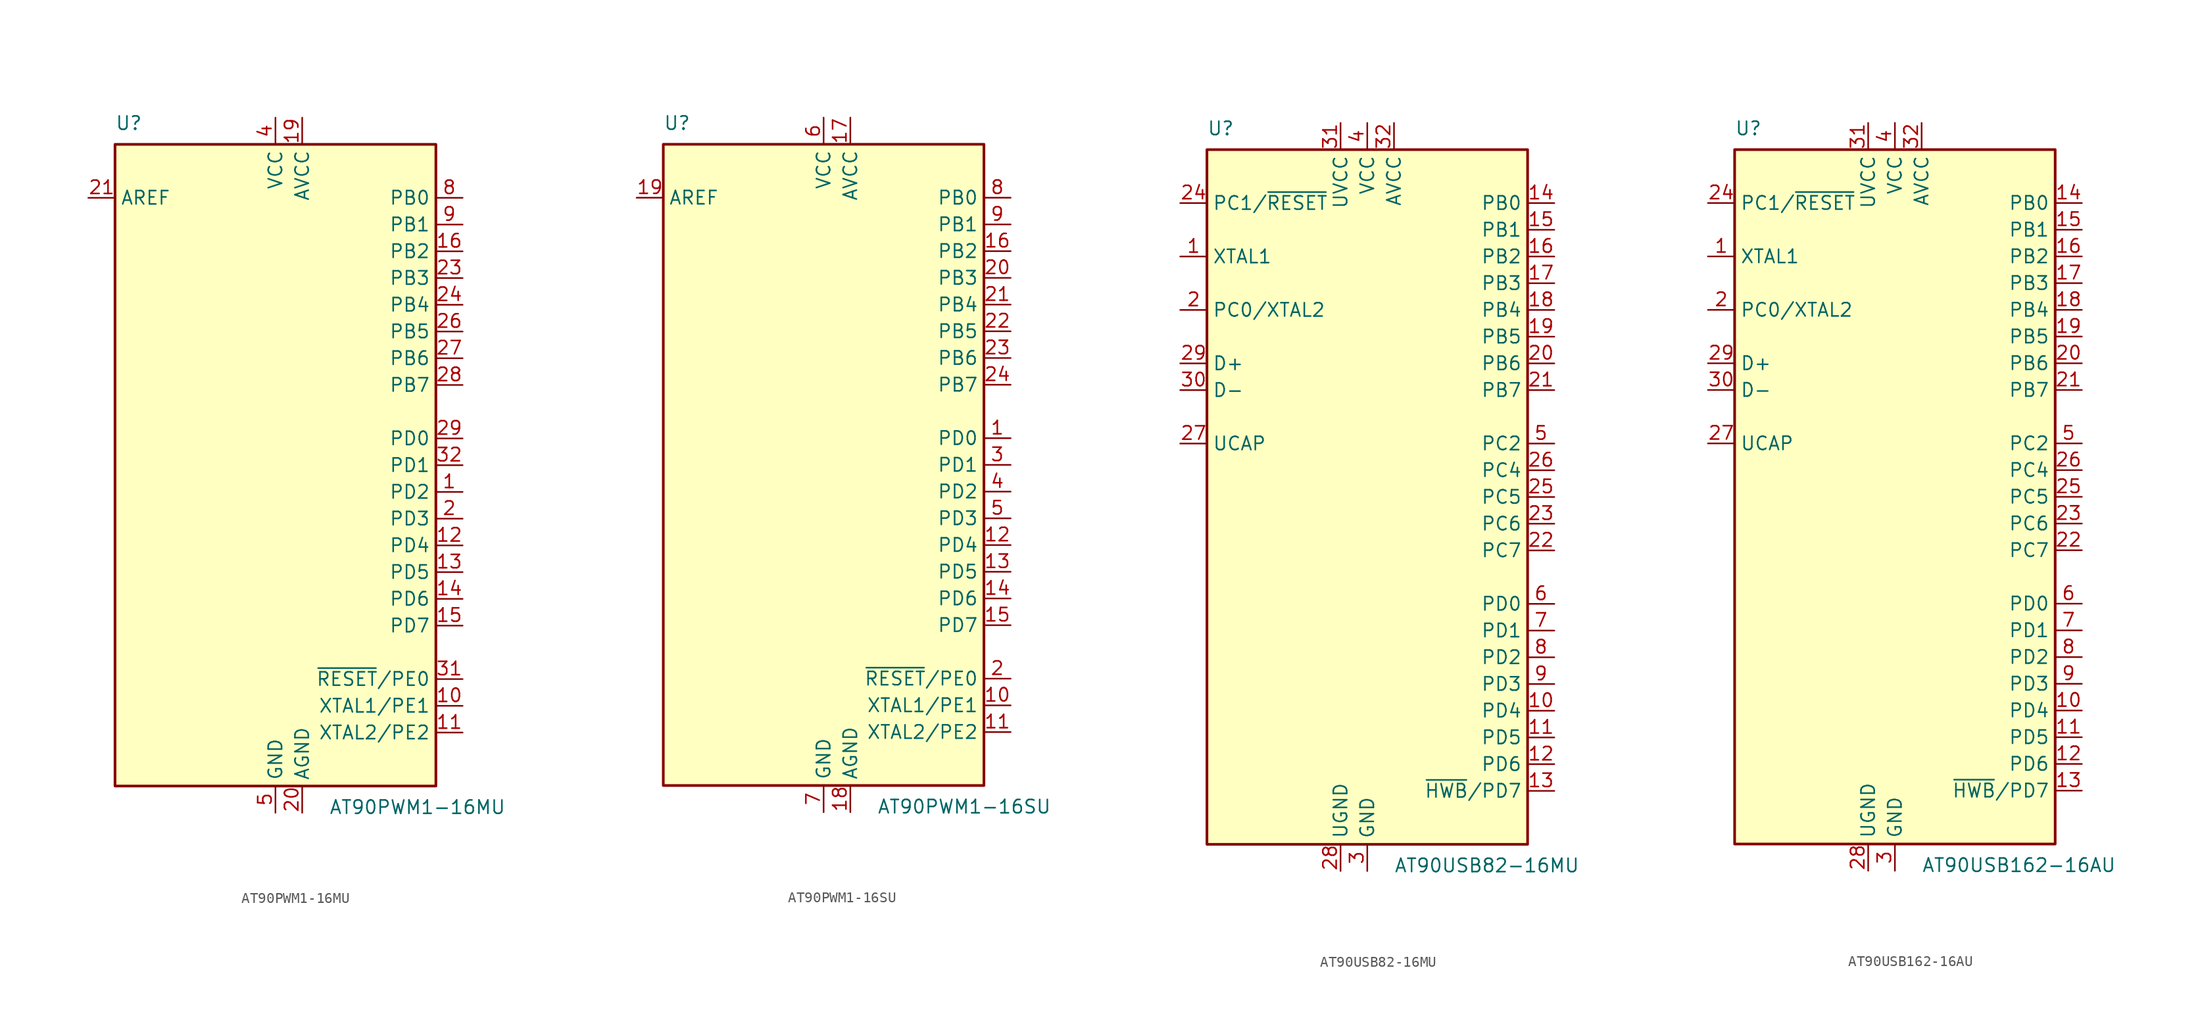
<source format=kicad_sym>
(kicad_symbol_lib
  (version 20201005)
  (generator kicad_symbol_editor)
  (symbol "AT90PWM1-16MU"
    (property "Reference" "U"
      (at -15.24 31.75 0)
      (effects (font (size 1.27 1.27)) (justify left bottom)))
    (property "Value" "AT90PWM1-16MU"
      (at 5.08 -31.75 0)
      (effects (font (size 1.27 1.27)) (justify left top)))
    (symbol "AT90PWM1-16MU_0_1"
      (rectangle (start -15.24 -30.48) (end 15.24 30.48) (stroke (width 0.254)) (fill (type background))))
    (symbol "AT90PWM1-16MU_1_1"
      (pin tri_state line (at 17.78 -2.54 180) (length 2.54) (name "PD2" (effects (font (size 1.27 1.27)))) (number "1" (effects (font (size 1.27 1.27)))))
      (pin tri_state line (at 17.78 -22.86 180) (length 2.54) (name "XTAL1/PE1" (effects (font (size 1.27 1.27)))) (number "10" (effects (font (size 1.27 1.27)))))
      (pin tri_state line (at 17.78 -25.4 180) (length 2.54) (name "XTAL2/PE2" (effects (font (size 1.27 1.27)))) (number "11" (effects (font (size 1.27 1.27)))))
      (pin tri_state line (at 17.78 -7.62 180) (length 2.54) (name "PD4" (effects (font (size 1.27 1.27)))) (number "12" (effects (font (size 1.27 1.27)))))
      (pin tri_state line (at 17.78 -10.16 180) (length 2.54) (name "PD5" (effects (font (size 1.27 1.27)))) (number "13" (effects (font (size 1.27 1.27)))))
      (pin tri_state line (at 17.78 -12.7 180) (length 2.54) (name "PD6" (effects (font (size 1.27 1.27)))) (number "14" (effects (font (size 1.27 1.27)))))
      (pin tri_state line (at 17.78 -15.24 180) (length 2.54) (name "PD7" (effects (font (size 1.27 1.27)))) (number "15" (effects (font (size 1.27 1.27)))))
      (pin tri_state line (at 17.78 20.32 180) (length 2.54) (name "PB2" (effects (font (size 1.27 1.27)))) (number "16" (effects (font (size 1.27 1.27)))))
      (pin no_connect line (at -15.24 -17.78 0) (length 2.54) hide (name "NC" (effects (font (size 1.27 1.27)))) (number "17" (effects (font (size 1.27 1.27)))))
      (pin no_connect line (at -15.24 -20.32 0) (length 2.54) hide (name "NC" (effects (font (size 1.27 1.27)))) (number "18" (effects (font (size 1.27 1.27)))))
      (pin power_in line (at 2.54 33.02 270) (length 2.54) (name "AVCC" (effects (font (size 1.27 1.27)))) (number "19" (effects (font (size 1.27 1.27)))))
      (pin tri_state line (at 17.78 -5.08 180) (length 2.54) (name "PD3" (effects (font (size 1.27 1.27)))) (number "2" (effects (font (size 1.27 1.27)))))
      (pin power_in line (at 2.54 -33.02 90) (length 2.54) (name "AGND" (effects (font (size 1.27 1.27)))) (number "20" (effects (font (size 1.27 1.27)))))
      (pin passive line (at -17.78 25.4 0) (length 2.54) (name "AREF" (effects (font (size 1.27 1.27)))) (number "21" (effects (font (size 1.27 1.27)))))
      (pin no_connect line (at -15.24 -22.86 0) (length 2.54) hide (name "NC" (effects (font (size 1.27 1.27)))) (number "22" (effects (font (size 1.27 1.27)))))
      (pin tri_state line (at 17.78 17.78 180) (length 2.54) (name "PB3" (effects (font (size 1.27 1.27)))) (number "23" (effects (font (size 1.27 1.27)))))
      (pin tri_state line (at 17.78 15.24 180) (length 2.54) (name "PB4" (effects (font (size 1.27 1.27)))) (number "24" (effects (font (size 1.27 1.27)))))
      (pin no_connect line (at -15.24 -25.4 0) (length 2.54) hide (name "NC" (effects (font (size 1.27 1.27)))) (number "25" (effects (font (size 1.27 1.27)))))
      (pin tri_state line (at 17.78 12.7 180) (length 2.54) (name "PB5" (effects (font (size 1.27 1.27)))) (number "26" (effects (font (size 1.27 1.27)))))
      (pin tri_state line (at 17.78 10.16 180) (length 2.54) (name "PB6" (effects (font (size 1.27 1.27)))) (number "27" (effects (font (size 1.27 1.27)))))
      (pin tri_state line (at 17.78 7.62 180) (length 2.54) (name "PB7" (effects (font (size 1.27 1.27)))) (number "28" (effects (font (size 1.27 1.27)))))
      (pin tri_state line (at 17.78 2.54 180) (length 2.54) (name "PD0" (effects (font (size 1.27 1.27)))) (number "29" (effects (font (size 1.27 1.27)))))
      (pin no_connect line (at -15.24 -10.16 0) (length 2.54) hide (name "NC" (effects (font (size 1.27 1.27)))) (number "3" (effects (font (size 1.27 1.27)))))
      (pin no_connect line (at -15.24 -27.94 0) (length 2.54) hide (name "NC" (effects (font (size 1.27 1.27)))) (number "30" (effects (font (size 1.27 1.27)))))
      (pin tri_state line (at 17.78 -20.32 180) (length 2.54) (name "~RESET~/PE0" (effects (font (size 1.27 1.27)))) (number "31" (effects (font (size 1.27 1.27)))))
      (pin tri_state line (at 17.78 0 180) (length 2.54) (name "PD1" (effects (font (size 1.27 1.27)))) (number "32" (effects (font (size 1.27 1.27)))))
      (pin passive line (at 0 -33.02 90) (length 2.54) hide (name "GND" (effects (font (size 1.27 1.27)))) (number "33" (effects (font (size 1.27 1.27)))))
      (pin power_in line (at 0 33.02 270) (length 2.54) (name "VCC" (effects (font (size 1.27 1.27)))) (number "4" (effects (font (size 1.27 1.27)))))
      (pin power_in line (at 0 -33.02 90) (length 2.54) (name "GND" (effects (font (size 1.27 1.27)))) (number "5" (effects (font (size 1.27 1.27)))))
      (pin no_connect line (at -15.24 -12.7 0) (length 2.54) hide (name "NC" (effects (font (size 1.27 1.27)))) (number "6" (effects (font (size 1.27 1.27)))))
      (pin no_connect line (at -15.24 -15.24 0) (length 2.54) hide (name "NC" (effects (font (size 1.27 1.27)))) (number "7" (effects (font (size 1.27 1.27)))))
      (pin tri_state line (at 17.78 25.4 180) (length 2.54) (name "PB0" (effects (font (size 1.27 1.27)))) (number "8" (effects (font (size 1.27 1.27)))))
      (pin tri_state line (at 17.78 22.86 180) (length 2.54) (name "PB1" (effects (font (size 1.27 1.27)))) (number "9" (effects (font (size 1.27 1.27)))))))
  (symbol "AT90PWM1-16SU"
    (property "Reference" "U"
      (at -15.24 31.75 0)
      (effects (font (size 1.27 1.27)) (justify left bottom)))
    (property "Value" "AT90PWM1-16SU"
      (at 5.08 -31.75 0)
      (effects (font (size 1.27 1.27)) (justify left top)))
    (symbol "AT90PWM1-16SU_0_1"
      (rectangle (start -15.24 -30.48) (end 15.24 30.48) (stroke (width 0.254)) (fill (type background))))
    (symbol "AT90PWM1-16SU_1_1"
      (pin tri_state line (at 17.78 2.54 180) (length 2.54) (name "PD0" (effects (font (size 1.27 1.27)))) (number "1" (effects (font (size 1.27 1.27)))))
      (pin tri_state line (at 17.78 -22.86 180) (length 2.54) (name "XTAL1/PE1" (effects (font (size 1.27 1.27)))) (number "10" (effects (font (size 1.27 1.27)))))
      (pin tri_state line (at 17.78 -25.4 180) (length 2.54) (name "XTAL2/PE2" (effects (font (size 1.27 1.27)))) (number "11" (effects (font (size 1.27 1.27)))))
      (pin tri_state line (at 17.78 -7.62 180) (length 2.54) (name "PD4" (effects (font (size 1.27 1.27)))) (number "12" (effects (font (size 1.27 1.27)))))
      (pin tri_state line (at 17.78 -10.16 180) (length 2.54) (name "PD5" (effects (font (size 1.27 1.27)))) (number "13" (effects (font (size 1.27 1.27)))))
      (pin tri_state line (at 17.78 -12.7 180) (length 2.54) (name "PD6" (effects (font (size 1.27 1.27)))) (number "14" (effects (font (size 1.27 1.27)))))
      (pin tri_state line (at 17.78 -15.24 180) (length 2.54) (name "PD7" (effects (font (size 1.27 1.27)))) (number "15" (effects (font (size 1.27 1.27)))))
      (pin tri_state line (at 17.78 20.32 180) (length 2.54) (name "PB2" (effects (font (size 1.27 1.27)))) (number "16" (effects (font (size 1.27 1.27)))))
      (pin power_in line (at 2.54 33.02 270) (length 2.54) (name "AVCC" (effects (font (size 1.27 1.27)))) (number "17" (effects (font (size 1.27 1.27)))))
      (pin power_in line (at 2.54 -33.02 90) (length 2.54) (name "AGND" (effects (font (size 1.27 1.27)))) (number "18" (effects (font (size 1.27 1.27)))))
      (pin passive line (at -17.78 25.4 0) (length 2.54) (name "AREF" (effects (font (size 1.27 1.27)))) (number "19" (effects (font (size 1.27 1.27)))))
      (pin tri_state line (at 17.78 -20.32 180) (length 2.54) (name "~RESET~/PE0" (effects (font (size 1.27 1.27)))) (number "2" (effects (font (size 1.27 1.27)))))
      (pin tri_state line (at 17.78 17.78 180) (length 2.54) (name "PB3" (effects (font (size 1.27 1.27)))) (number "20" (effects (font (size 1.27 1.27)))))
      (pin tri_state line (at 17.78 15.24 180) (length 2.54) (name "PB4" (effects (font (size 1.27 1.27)))) (number "21" (effects (font (size 1.27 1.27)))))
      (pin tri_state line (at 17.78 12.7 180) (length 2.54) (name "PB5" (effects (font (size 1.27 1.27)))) (number "22" (effects (font (size 1.27 1.27)))))
      (pin tri_state line (at 17.78 10.16 180) (length 2.54) (name "PB6" (effects (font (size 1.27 1.27)))) (number "23" (effects (font (size 1.27 1.27)))))
      (pin tri_state line (at 17.78 7.62 180) (length 2.54) (name "PB7" (effects (font (size 1.27 1.27)))) (number "24" (effects (font (size 1.27 1.27)))))
      (pin tri_state line (at 17.78 0 180) (length 2.54) (name "PD1" (effects (font (size 1.27 1.27)))) (number "3" (effects (font (size 1.27 1.27)))))
      (pin tri_state line (at 17.78 -2.54 180) (length 2.54) (name "PD2" (effects (font (size 1.27 1.27)))) (number "4" (effects (font (size 1.27 1.27)))))
      (pin tri_state line (at 17.78 -5.08 180) (length 2.54) (name "PD3" (effects (font (size 1.27 1.27)))) (number "5" (effects (font (size 1.27 1.27)))))
      (pin power_in line (at 0 33.02 270) (length 2.54) (name "VCC" (effects (font (size 1.27 1.27)))) (number "6" (effects (font (size 1.27 1.27)))))
      (pin power_in line (at 0 -33.02 90) (length 2.54) (name "GND" (effects (font (size 1.27 1.27)))) (number "7" (effects (font (size 1.27 1.27)))))
      (pin tri_state line (at 17.78 25.4 180) (length 2.54) (name "PB0" (effects (font (size 1.27 1.27)))) (number "8" (effects (font (size 1.27 1.27)))))
      (pin tri_state line (at 17.78 22.86 180) (length 2.54) (name "PB1" (effects (font (size 1.27 1.27)))) (number "9" (effects (font (size 1.27 1.27)))))))
  (symbol "AT90USB82-16MU"
    (property "Reference" "U"
      (at -15.24 34.29 0)
      (effects (font (size 1.27 1.27)) (justify left bottom)))
    (property "Value" "AT90USB82-16MU"
      (at 2.54 -34.29 0)
      (effects (font (size 1.27 1.27)) (justify left top)))
    (symbol "AT90USB82-16MU_0_1"
      (rectangle (start -15.24 -33.02) (end 15.24 33.02) (stroke (width 0.254)) (fill (type background))))
    (symbol "AT90USB82-16MU_1_1"
      (pin input line (at -17.78 22.86 0) (length 2.54) (name "XTAL1" (effects (font (size 1.27 1.27)))) (number "1" (effects (font (size 1.27 1.27)))))
      (pin tri_state line (at 17.78 -20.32 180) (length 2.54) (name "PD4" (effects (font (size 1.27 1.27)))) (number "10" (effects (font (size 1.27 1.27)))))
      (pin tri_state line (at 17.78 -22.86 180) (length 2.54) (name "PD5" (effects (font (size 1.27 1.27)))) (number "11" (effects (font (size 1.27 1.27)))))
      (pin tri_state line (at 17.78 -25.4 180) (length 2.54) (name "PD6" (effects (font (size 1.27 1.27)))) (number "12" (effects (font (size 1.27 1.27)))))
      (pin tri_state line (at 17.78 -27.94 180) (length 2.54) (name "~HWB~/PD7" (effects (font (size 1.27 1.27)))) (number "13" (effects (font (size 1.27 1.27)))))
      (pin tri_state line (at 17.78 27.94 180) (length 2.54) (name "PB0" (effects (font (size 1.27 1.27)))) (number "14" (effects (font (size 1.27 1.27)))))
      (pin tri_state line (at 17.78 25.4 180) (length 2.54) (name "PB1" (effects (font (size 1.27 1.27)))) (number "15" (effects (font (size 1.27 1.27)))))
      (pin tri_state line (at 17.78 22.86 180) (length 2.54) (name "PB2" (effects (font (size 1.27 1.27)))) (number "16" (effects (font (size 1.27 1.27)))))
      (pin tri_state line (at 17.78 20.32 180) (length 2.54) (name "PB3" (effects (font (size 1.27 1.27)))) (number "17" (effects (font (size 1.27 1.27)))))
      (pin tri_state line (at 17.78 17.78 180) (length 2.54) (name "PB4" (effects (font (size 1.27 1.27)))) (number "18" (effects (font (size 1.27 1.27)))))
      (pin tri_state line (at 17.78 15.24 180) (length 2.54) (name "PB5" (effects (font (size 1.27 1.27)))) (number "19" (effects (font (size 1.27 1.27)))))
      (pin tri_state line (at -17.78 17.78 0) (length 2.54) (name "PC0/XTAL2" (effects (font (size 1.27 1.27)))) (number "2" (effects (font (size 1.27 1.27)))))
      (pin tri_state line (at 17.78 12.7 180) (length 2.54) (name "PB6" (effects (font (size 1.27 1.27)))) (number "20" (effects (font (size 1.27 1.27)))))
      (pin tri_state line (at 17.78 10.16 180) (length 2.54) (name "PB7" (effects (font (size 1.27 1.27)))) (number "21" (effects (font (size 1.27 1.27)))))
      (pin tri_state line (at 17.78 -5.08 180) (length 2.54) (name "PC7" (effects (font (size 1.27 1.27)))) (number "22" (effects (font (size 1.27 1.27)))))
      (pin tri_state line (at 17.78 -2.54 180) (length 2.54) (name "PC6" (effects (font (size 1.27 1.27)))) (number "23" (effects (font (size 1.27 1.27)))))
      (pin tri_state line (at -17.78 27.94 0) (length 2.54) (name "PC1/~RESET" (effects (font (size 1.27 1.27)))) (number "24" (effects (font (size 1.27 1.27)))))
      (pin tri_state line (at 17.78 0 180) (length 2.54) (name "PC5" (effects (font (size 1.27 1.27)))) (number "25" (effects (font (size 1.27 1.27)))))
      (pin tri_state line (at 17.78 2.54 180) (length 2.54) (name "PC4" (effects (font (size 1.27 1.27)))) (number "26" (effects (font (size 1.27 1.27)))))
      (pin passive line (at -17.78 5.08 0) (length 2.54) (name "UCAP" (effects (font (size 1.27 1.27)))) (number "27" (effects (font (size 1.27 1.27)))))
      (pin power_in line (at -2.54 -35.56 90) (length 2.54) (name "UGND" (effects (font (size 1.27 1.27)))) (number "28" (effects (font (size 1.27 1.27)))))
      (pin bidirectional line (at -17.78 12.7 0) (length 2.54) (name "D+" (effects (font (size 1.27 1.27)))) (number "29" (effects (font (size 1.27 1.27)))))
      (pin power_in line (at 0 -35.56 90) (length 2.54) (name "GND" (effects (font (size 1.27 1.27)))) (number "3" (effects (font (size 1.27 1.27)))))
      (pin bidirectional line (at -17.78 10.16 0) (length 2.54) (name "D-" (effects (font (size 1.27 1.27)))) (number "30" (effects (font (size 1.27 1.27)))))
      (pin power_in line (at -2.54 35.56 270) (length 2.54) (name "UVCC" (effects (font (size 1.27 1.27)))) (number "31" (effects (font (size 1.27 1.27)))))
      (pin power_in line (at 2.54 35.56 270) (length 2.54) (name "AVCC" (effects (font (size 1.27 1.27)))) (number "32" (effects (font (size 1.27 1.27)))))
      (pin passive line (at 0 -35.56 90) (length 2.54) hide (name "GND" (effects (font (size 1.27 1.27)))) (number "33" (effects (font (size 1.27 1.27)))))
      (pin power_in line (at 0 35.56 270) (length 2.54) (name "VCC" (effects (font (size 1.27 1.27)))) (number "4" (effects (font (size 1.27 1.27)))))
      (pin tri_state line (at 17.78 5.08 180) (length 2.54) (name "PC2" (effects (font (size 1.27 1.27)))) (number "5" (effects (font (size 1.27 1.27)))))
      (pin tri_state line (at 17.78 -10.16 180) (length 2.54) (name "PD0" (effects (font (size 1.27 1.27)))) (number "6" (effects (font (size 1.27 1.27)))))
      (pin tri_state line (at 17.78 -12.7 180) (length 2.54) (name "PD1" (effects (font (size 1.27 1.27)))) (number "7" (effects (font (size 1.27 1.27)))))
      (pin tri_state line (at 17.78 -15.24 180) (length 2.54) (name "PD2" (effects (font (size 1.27 1.27)))) (number "8" (effects (font (size 1.27 1.27)))))
      (pin tri_state line (at 17.78 -17.78 180) (length 2.54) (name "PD3" (effects (font (size 1.27 1.27)))) (number "9" (effects (font (size 1.27 1.27)))))))
  (symbol "AT90USB162-16AU"
    (property "Reference" "U"
      (at -15.24 34.29 0)
      (effects (font (size 1.27 1.27)) (justify left bottom)))
    (property "Value" "AT90USB162-16AU"
      (at 2.54 -34.29 0)
      (effects (font (size 1.27 1.27)) (justify left top)))
    (symbol "AT90USB162-16AU_0_1"
      (rectangle (start -15.24 -33.02) (end 15.24 33.02) (stroke (width 0.254)) (fill (type background))))
    (symbol "AT90USB162-16AU_1_1"
      (pin input line (at -17.78 22.86 0) (length 2.54) (name "XTAL1" (effects (font (size 1.27 1.27)))) (number "1" (effects (font (size 1.27 1.27)))))
      (pin tri_state line (at 17.78 -20.32 180) (length 2.54) (name "PD4" (effects (font (size 1.27 1.27)))) (number "10" (effects (font (size 1.27 1.27)))))
      (pin tri_state line (at 17.78 -22.86 180) (length 2.54) (name "PD5" (effects (font (size 1.27 1.27)))) (number "11" (effects (font (size 1.27 1.27)))))
      (pin tri_state line (at 17.78 -25.4 180) (length 2.54) (name "PD6" (effects (font (size 1.27 1.27)))) (number "12" (effects (font (size 1.27 1.27)))))
      (pin tri_state line (at 17.78 -27.94 180) (length 2.54) (name "~HWB~/PD7" (effects (font (size 1.27 1.27)))) (number "13" (effects (font (size 1.27 1.27)))))
      (pin tri_state line (at 17.78 27.94 180) (length 2.54) (name "PB0" (effects (font (size 1.27 1.27)))) (number "14" (effects (font (size 1.27 1.27)))))
      (pin tri_state line (at 17.78 25.4 180) (length 2.54) (name "PB1" (effects (font (size 1.27 1.27)))) (number "15" (effects (font (size 1.27 1.27)))))
      (pin tri_state line (at 17.78 22.86 180) (length 2.54) (name "PB2" (effects (font (size 1.27 1.27)))) (number "16" (effects (font (size 1.27 1.27)))))
      (pin tri_state line (at 17.78 20.32 180) (length 2.54) (name "PB3" (effects (font (size 1.27 1.27)))) (number "17" (effects (font (size 1.27 1.27)))))
      (pin tri_state line (at 17.78 17.78 180) (length 2.54) (name "PB4" (effects (font (size 1.27 1.27)))) (number "18" (effects (font (size 1.27 1.27)))))
      (pin tri_state line (at 17.78 15.24 180) (length 2.54) (name "PB5" (effects (font (size 1.27 1.27)))) (number "19" (effects (font (size 1.27 1.27)))))
      (pin tri_state line (at -17.78 17.78 0) (length 2.54) (name "PC0/XTAL2" (effects (font (size 1.27 1.27)))) (number "2" (effects (font (size 1.27 1.27)))))
      (pin tri_state line (at 17.78 12.7 180) (length 2.54) (name "PB6" (effects (font (size 1.27 1.27)))) (number "20" (effects (font (size 1.27 1.27)))))
      (pin tri_state line (at 17.78 10.16 180) (length 2.54) (name "PB7" (effects (font (size 1.27 1.27)))) (number "21" (effects (font (size 1.27 1.27)))))
      (pin tri_state line (at 17.78 -5.08 180) (length 2.54) (name "PC7" (effects (font (size 1.27 1.27)))) (number "22" (effects (font (size 1.27 1.27)))))
      (pin tri_state line (at 17.78 -2.54 180) (length 2.54) (name "PC6" (effects (font (size 1.27 1.27)))) (number "23" (effects (font (size 1.27 1.27)))))
      (pin tri_state line (at -17.78 27.94 0) (length 2.54) (name "PC1/~RESET" (effects (font (size 1.27 1.27)))) (number "24" (effects (font (size 1.27 1.27)))))
      (pin tri_state line (at 17.78 0 180) (length 2.54) (name "PC5" (effects (font (size 1.27 1.27)))) (number "25" (effects (font (size 1.27 1.27)))))
      (pin tri_state line (at 17.78 2.54 180) (length 2.54) (name "PC4" (effects (font (size 1.27 1.27)))) (number "26" (effects (font (size 1.27 1.27)))))
      (pin passive line (at -17.78 5.08 0) (length 2.54) (name "UCAP" (effects (font (size 1.27 1.27)))) (number "27" (effects (font (size 1.27 1.27)))))
      (pin power_in line (at -2.54 -35.56 90) (length 2.54) (name "UGND" (effects (font (size 1.27 1.27)))) (number "28" (effects (font (size 1.27 1.27)))))
      (pin bidirectional line (at -17.78 12.7 0) (length 2.54) (name "D+" (effects (font (size 1.27 1.27)))) (number "29" (effects (font (size 1.27 1.27)))))
      (pin power_in line (at 0 -35.56 90) (length 2.54) (name "GND" (effects (font (size 1.27 1.27)))) (number "3" (effects (font (size 1.27 1.27)))))
      (pin bidirectional line (at -17.78 10.16 0) (length 2.54) (name "D-" (effects (font (size 1.27 1.27)))) (number "30" (effects (font (size 1.27 1.27)))))
      (pin power_in line (at -2.54 35.56 270) (length 2.54) (name "UVCC" (effects (font (size 1.27 1.27)))) (number "31" (effects (font (size 1.27 1.27)))))
      (pin power_in line (at 2.54 35.56 270) (length 2.54) (name "AVCC" (effects (font (size 1.27 1.27)))) (number "32" (effects (font (size 1.27 1.27)))))
      (pin power_in line (at 0 35.56 270) (length 2.54) (name "VCC" (effects (font (size 1.27 1.27)))) (number "4" (effects (font (size 1.27 1.27)))))
      (pin tri_state line (at 17.78 5.08 180) (length 2.54) (name "PC2" (effects (font (size 1.27 1.27)))) (number "5" (effects (font (size 1.27 1.27)))))
      (pin tri_state line (at 17.78 -10.16 180) (length 2.54) (name "PD0" (effects (font (size 1.27 1.27)))) (number "6" (effects (font (size 1.27 1.27)))))
      (pin tri_state line (at 17.78 -12.7 180) (length 2.54) (name "PD1" (effects (font (size 1.27 1.27)))) (number "7" (effects (font (size 1.27 1.27)))))
      (pin tri_state line (at 17.78 -15.24 180) (length 2.54) (name "PD2" (effects (font (size 1.27 1.27)))) (number "8" (effects (font (size 1.27 1.27)))))
      (pin tri_state line (at 17.78 -17.78 180) (length 2.54) (name "PD3" (effects (font (size 1.27 1.27)))) (number "9" (effects (font (size 1.27 1.27))))))))
</source>
